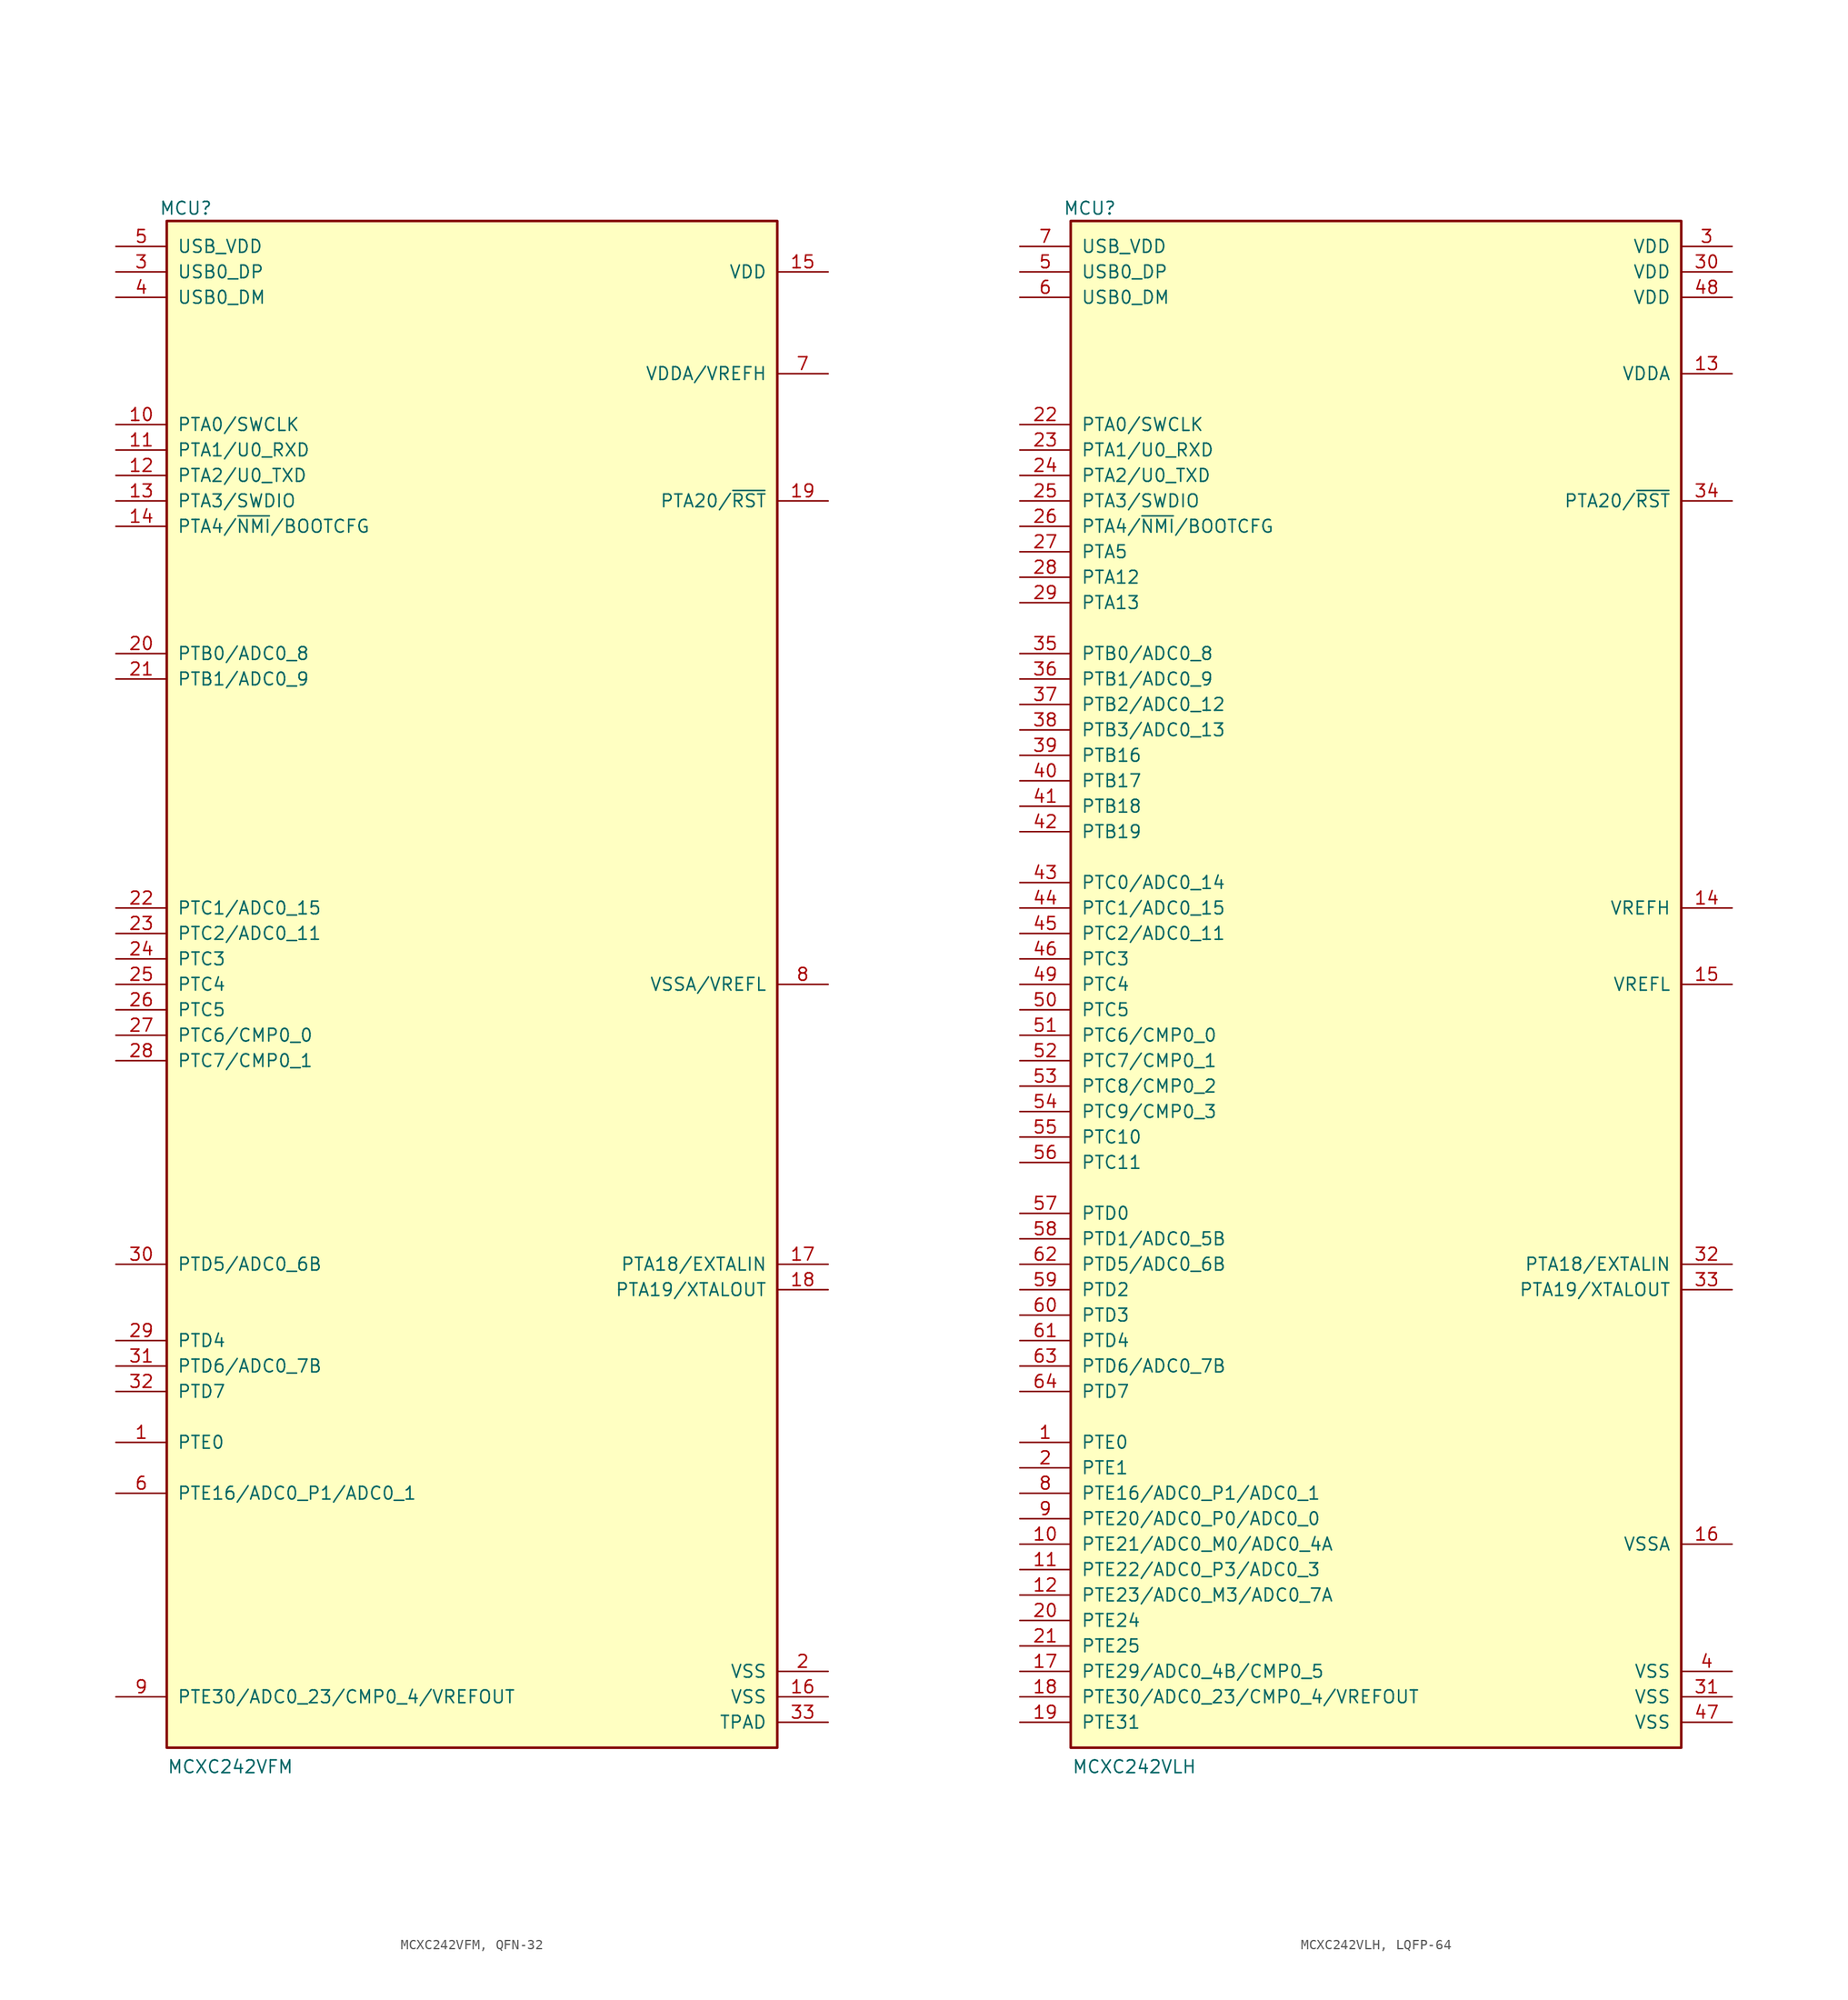
<source format=kicad_sym>
(kicad_symbol_lib
  (version 20241209)
  (generator "kicad_symbol_editor")
  (generator_version "9.0")
  (symbol "MCXC242VFM, QFN-32"
    (pin_names
      (offset 1.016))
    (property "Reference" "MCU"
      (at -28.575 77.47 0)
      (effects (font (size 1.27 1.27))))
    (property "Value" "MCXC242VFM"
      (at -24.13 -78.105 0)
      (effects (font (size 1.27 1.27))))
    (symbol "MCXC242VFM, QFN-32_0_1"
      (rectangle (start -30.48 76.2) (end 30.48 -76.2) (stroke (width 0.254) (type default)) (fill (type background))))
    (symbol "MCXC242VFM, QFN-32_1_0"
      (pin bidirectional line (at -35.56 33.02 0) (length 5.08) (name "PTB0/ADC0_8" (effects (font (size 1.27 1.27)))) (number "20" (effects (font (size 1.27 1.27)))))
      (pin bidirectional line (at -35.56 30.48 0) (length 5.08) (name "PTB1/ADC0_9" (effects (font (size 1.27 1.27)))) (number "21" (effects (font (size 1.27 1.27)))))
      (pin bidirectional line (at -35.56 7.62 0) (length 5.08) (name "PTC1/ADC0_15" (effects (font (size 1.27 1.27)))) (number "22" (effects (font (size 1.27 1.27)))))
      (pin bidirectional line (at -35.56 5.08 0) (length 5.08) (name "PTC2/ADC0_11" (effects (font (size 1.27 1.27)))) (number "23" (effects (font (size 1.27 1.27)))))
      (pin bidirectional line (at -35.56 2.54 0) (length 5.08) (name "PTC3" (effects (font (size 1.27 1.27)))) (number "24" (effects (font (size 1.27 1.27)))))
      (pin bidirectional line (at -35.56 0 0) (length 5.08) (name "PTC4" (effects (font (size 1.27 1.27)))) (number "25" (effects (font (size 1.27 1.27)))))
      (pin bidirectional line (at -35.56 -2.54 0) (length 5.08) (name "PTC5" (effects (font (size 1.27 1.27)))) (number "26" (effects (font (size 1.27 1.27)))))
      (pin bidirectional line (at -35.56 -5.08 0) (length 5.08) (name "PTC6/CMP0_0" (effects (font (size 1.27 1.27)))) (number "27" (effects (font (size 1.27 1.27)))))
      (pin bidirectional line (at -35.56 -7.62 0) (length 5.08) (name "PTC7/CMP0_1" (effects (font (size 1.27 1.27)))) (number "28" (effects (font (size 1.27 1.27)))))
      (pin bidirectional line (at -35.56 -27.94 0) (length 5.08) (name "PTD5/ADC0_6B" (effects (font (size 1.27 1.27)))) (number "30" (effects (font (size 1.27 1.27)))))
      (pin bidirectional line (at -35.56 -35.56 0) (length 5.08) (name "PTD4" (effects (font (size 1.27 1.27)))) (number "29" (effects (font (size 1.27 1.27)))))
      (pin bidirectional line (at -35.56 -38.1 0) (length 5.08) (name "PTD6/ADC0_7B" (effects (font (size 1.27 1.27)))) (number "31" (effects (font (size 1.27 1.27)))))
      (pin bidirectional line (at -35.56 -40.64 0) (length 5.08) (name "PTD7" (effects (font (size 1.27 1.27)))) (number "32" (effects (font (size 1.27 1.27))))))
    (symbol "MCXC242VFM, QFN-32_1_1"
      (pin power_in line (at -35.56 73.66 0) (length 5.08) (name "USB_VDD" (effects (font (size 1.27 1.27)))) (number "5" (effects (font (size 1.27 1.27)))))
      (pin passive line (at -35.56 71.12 0) (length 5.08) (name "USB0_DP" (effects (font (size 1.27 1.27)))) (number "3" (effects (font (size 1.27 1.27)))))
      (pin passive line (at -35.56 68.58 0) (length 5.08) (name "USB0_DM" (effects (font (size 1.27 1.27)))) (number "4" (effects (font (size 1.27 1.27)))))
      (pin bidirectional line (at -35.56 55.88 0) (length 5.08) (name "PTA0/SWCLK" (effects (font (size 1.27 1.27)))) (number "10" (effects (font (size 1.27 1.27)))))
      (pin bidirectional line (at -35.56 53.34 0) (length 5.08) (name "PTA1/U0_RXD" (effects (font (size 1.27 1.27)))) (number "11" (effects (font (size 1.27 1.27)))))
      (pin bidirectional line (at -35.56 50.8 0) (length 5.08) (name "PTA2/U0_TXD" (effects (font (size 1.27 1.27)))) (number "12" (effects (font (size 1.27 1.27)))))
      (pin bidirectional line (at -35.56 48.26 0) (length 5.08) (name "PTA3/SWDIO" (effects (font (size 1.27 1.27)))) (number "13" (effects (font (size 1.27 1.27)))))
      (pin bidirectional line (at -35.56 45.72 0) (length 5.08) (name "PTA4/~{NMI}/BOOTCFG" (effects (font (size 1.27 1.27)))) (number "14" (effects (font (size 1.27 1.27)))))
      (pin bidirectional line (at -35.56 -45.72 0) (length 5.08) (name "PTE0" (effects (font (size 1.27 1.27)))) (number "1" (effects (font (size 1.27 1.27)))))
      (pin bidirectional line (at -35.56 -50.8 0) (length 5.08) (name "PTE16/ADC0_P1/ADC0_1" (effects (font (size 1.27 1.27)))) (number "6" (effects (font (size 1.27 1.27)))))
      (pin bidirectional line (at -35.56 -71.12 0) (length 5.08) (name "PTE30/ADC0_23/CMP0_4/VREFOUT" (effects (font (size 1.27 1.27)))) (number "9" (effects (font (size 1.27 1.27)))))
      (pin power_in line (at 35.56 71.12 180) (length 5.08) (name "VDD" (effects (font (size 1.27 1.27)))) (number "15" (effects (font (size 1.27 1.27)))))
      (pin power_in line (at 35.56 60.96 180) (length 5.08) (name "VDDA/VREFH" (effects (font (size 1.27 1.27)))) (number "7" (effects (font (size 1.27 1.27)))))
      (pin bidirectional line (at 35.56 48.26 180) (length 5.08) (name "PTA20/~{RST}" (effects (font (size 1.27 1.27)))) (number "19" (effects (font (size 1.27 1.27)))))
      (pin passive line (at 35.56 0 180) (length 5.08) (name "VSSA/VREFL" (effects (font (size 1.27 1.27)))) (number "8" (effects (font (size 1.27 1.27)))))
      (pin passive line (at 35.56 -27.94 180) (length 5.08) (name "PTA18/EXTALIN" (effects (font (size 1.27 1.27)))) (number "17" (effects (font (size 1.27 1.27)))))
      (pin passive line (at 35.56 -30.48 180) (length 5.08) (name "PTA19/XTALOUT" (effects (font (size 1.27 1.27)))) (number "18" (effects (font (size 1.27 1.27)))))
      (pin power_in line (at 35.56 -68.58 180) (length 5.08) (name "VSS" (effects (font (size 1.27 1.27)))) (number "2" (effects (font (size 1.27 1.27)))))
      (pin power_in line (at 35.56 -71.12 180) (length 5.08) (name "VSS" (effects (font (size 1.27 1.27)))) (number "16" (effects (font (size 1.27 1.27)))))
      (pin passive line (at 35.56 -73.66 180) (length 5.08) (name "TPAD" (effects (font (size 1.27 1.27)))) (number "33" (effects (font (size 1.27 1.27)))))))
  (symbol "MCXC242VLH, LQFP-64"
    (pin_names
      (offset 1.016))
    (property "Reference" "MCU"
      (at -28.575 77.47 0)
      (effects (font (size 1.27 1.27))))
    (property "Value" "MCXC242VLH"
      (at -24.13 -78.105 0)
      (effects (font (size 1.27 1.27))))
    (symbol "MCXC242VLH, LQFP-64_0_1"
      (rectangle (start -30.48 76.2) (end 30.48 -76.2) (stroke (width 0.254) (type default)) (fill (type background))))
    (symbol "MCXC242VLH, LQFP-64_1_0"
      (pin bidirectional line (at -35.56 33.02 0) (length 5.08) (name "PTB0/ADC0_8" (effects (font (size 1.27 1.27)))) (number "35" (effects (font (size 1.27 1.27)))))
      (pin bidirectional line (at -35.56 30.48 0) (length 5.08) (name "PTB1/ADC0_9" (effects (font (size 1.27 1.27)))) (number "36" (effects (font (size 1.27 1.27)))))
      (pin bidirectional line (at -35.56 27.94 0) (length 5.08) (name "PTB2/ADC0_12" (effects (font (size 1.27 1.27)))) (number "37" (effects (font (size 1.27 1.27)))))
      (pin bidirectional line (at -35.56 25.4 0) (length 5.08) (name "PTB3/ADC0_13" (effects (font (size 1.27 1.27)))) (number "38" (effects (font (size 1.27 1.27)))))
      (pin bidirectional line (at -35.56 22.86 0) (length 5.08) (name "PTB16" (effects (font (size 1.27 1.27)))) (number "39" (effects (font (size 1.27 1.27)))))
      (pin bidirectional line (at -35.56 20.32 0) (length 5.08) (name "PTB17" (effects (font (size 1.27 1.27)))) (number "40" (effects (font (size 1.27 1.27)))))
      (pin bidirectional line (at -35.56 17.78 0) (length 5.08) (name "PTB18" (effects (font (size 1.27 1.27)))) (number "41" (effects (font (size 1.27 1.27)))))
      (pin bidirectional line (at -35.56 15.24 0) (length 5.08) (name "PTB19" (effects (font (size 1.27 1.27)))) (number "42" (effects (font (size 1.27 1.27)))))
      (pin bidirectional line (at -35.56 10.16 0) (length 5.08) (name "PTC0/ADC0_14" (effects (font (size 1.27 1.27)))) (number "43" (effects (font (size 1.27 1.27)))))
      (pin bidirectional line (at -35.56 7.62 0) (length 5.08) (name "PTC1/ADC0_15" (effects (font (size 1.27 1.27)))) (number "44" (effects (font (size 1.27 1.27)))))
      (pin bidirectional line (at -35.56 5.08 0) (length 5.08) (name "PTC2/ADC0_11" (effects (font (size 1.27 1.27)))) (number "45" (effects (font (size 1.27 1.27)))))
      (pin bidirectional line (at -35.56 2.54 0) (length 5.08) (name "PTC3" (effects (font (size 1.27 1.27)))) (number "46" (effects (font (size 1.27 1.27)))))
      (pin bidirectional line (at -35.56 0 0) (length 5.08) (name "PTC4" (effects (font (size 1.27 1.27)))) (number "49" (effects (font (size 1.27 1.27)))))
      (pin bidirectional line (at -35.56 -2.54 0) (length 5.08) (name "PTC5" (effects (font (size 1.27 1.27)))) (number "50" (effects (font (size 1.27 1.27)))))
      (pin bidirectional line (at -35.56 -5.08 0) (length 5.08) (name "PTC6/CMP0_0" (effects (font (size 1.27 1.27)))) (number "51" (effects (font (size 1.27 1.27)))))
      (pin bidirectional line (at -35.56 -7.62 0) (length 5.08) (name "PTC7/CMP0_1" (effects (font (size 1.27 1.27)))) (number "52" (effects (font (size 1.27 1.27)))))
      (pin bidirectional line (at -35.56 -10.16 0) (length 5.08) (name "PTC8/CMP0_2" (effects (font (size 1.27 1.27)))) (number "53" (effects (font (size 1.27 1.27)))))
      (pin bidirectional line (at -35.56 -12.7 0) (length 5.08) (name "PTC9/CMP0_3" (effects (font (size 1.27 1.27)))) (number "54" (effects (font (size 1.27 1.27)))))
      (pin bidirectional line (at -35.56 -15.24 0) (length 5.08) (name "PTC10" (effects (font (size 1.27 1.27)))) (number "55" (effects (font (size 1.27 1.27)))))
      (pin bidirectional line (at -35.56 -17.78 0) (length 5.08) (name "PTC11" (effects (font (size 1.27 1.27)))) (number "56" (effects (font (size 1.27 1.27)))))
      (pin bidirectional line (at -35.56 -22.86 0) (length 5.08) (name "PTD0" (effects (font (size 1.27 1.27)))) (number "57" (effects (font (size 1.27 1.27)))))
      (pin bidirectional line (at -35.56 -25.4 0) (length 5.08) (name "PTD1/ADC0_5B" (effects (font (size 1.27 1.27)))) (number "58" (effects (font (size 1.27 1.27)))))
      (pin bidirectional line (at -35.56 -27.94 0) (length 5.08) (name "PTD5/ADC0_6B" (effects (font (size 1.27 1.27)))) (number "62" (effects (font (size 1.27 1.27)))))
      (pin bidirectional line (at -35.56 -30.48 0) (length 5.08) (name "PTD2" (effects (font (size 1.27 1.27)))) (number "59" (effects (font (size 1.27 1.27)))))
      (pin bidirectional line (at -35.56 -33.02 0) (length 5.08) (name "PTD3" (effects (font (size 1.27 1.27)))) (number "60" (effects (font (size 1.27 1.27)))))
      (pin bidirectional line (at -35.56 -35.56 0) (length 5.08) (name "PTD4" (effects (font (size 1.27 1.27)))) (number "61" (effects (font (size 1.27 1.27)))))
      (pin bidirectional line (at -35.56 -38.1 0) (length 5.08) (name "PTD6/ADC0_7B" (effects (font (size 1.27 1.27)))) (number "63" (effects (font (size 1.27 1.27)))))
      (pin bidirectional line (at -35.56 -40.64 0) (length 5.08) (name "PTD7" (effects (font (size 1.27 1.27)))) (number "64" (effects (font (size 1.27 1.27)))))
      (pin bidirectional line (at -35.56 -73.66 0) (length 5.08) (name "PTE31" (effects (font (size 1.27 1.27)))) (number "19" (effects (font (size 1.27 1.27)))))
      (pin power_in line (at 35.56 68.58 180) (length 5.08) (name "VDD" (effects (font (size 1.27 1.27)))) (number "48" (effects (font (size 1.27 1.27)))))
      (pin power_in line (at 35.56 -73.66 180) (length 5.08) (name "VSS" (effects (font (size 1.27 1.27)))) (number "47" (effects (font (size 1.27 1.27))))))
    (symbol "MCXC242VLH, LQFP-64_1_1"
      (pin power_in line (at -35.56 73.66 0) (length 5.08) (name "USB_VDD" (effects (font (size 1.27 1.27)))) (number "7" (effects (font (size 1.27 1.27)))))
      (pin passive line (at -35.56 71.12 0) (length 5.08) (name "USB0_DP" (effects (font (size 1.27 1.27)))) (number "5" (effects (font (size 1.27 1.27)))))
      (pin passive line (at -35.56 68.58 0) (length 5.08) (name "USB0_DM" (effects (font (size 1.27 1.27)))) (number "6" (effects (font (size 1.27 1.27)))))
      (pin bidirectional line (at -35.56 55.88 0) (length 5.08) (name "PTA0/SWCLK" (effects (font (size 1.27 1.27)))) (number "22" (effects (font (size 1.27 1.27)))))
      (pin bidirectional line (at -35.56 53.34 0) (length 5.08) (name "PTA1/U0_RXD" (effects (font (size 1.27 1.27)))) (number "23" (effects (font (size 1.27 1.27)))))
      (pin bidirectional line (at -35.56 50.8 0) (length 5.08) (name "PTA2/U0_TXD" (effects (font (size 1.27 1.27)))) (number "24" (effects (font (size 1.27 1.27)))))
      (pin bidirectional line (at -35.56 48.26 0) (length 5.08) (name "PTA3/SWDIO" (effects (font (size 1.27 1.27)))) (number "25" (effects (font (size 1.27 1.27)))))
      (pin bidirectional line (at -35.56 45.72 0) (length 5.08) (name "PTA4/~{NMI}/BOOTCFG" (effects (font (size 1.27 1.27)))) (number "26" (effects (font (size 1.27 1.27)))))
      (pin bidirectional line (at -35.56 43.18 0) (length 5.08) (name "PTA5" (effects (font (size 1.27 1.27)))) (number "27" (effects (font (size 1.27 1.27)))))
      (pin bidirectional line (at -35.56 40.64 0) (length 5.08) (name "PTA12" (effects (font (size 1.27 1.27)))) (number "28" (effects (font (size 1.27 1.27)))))
      (pin bidirectional line (at -35.56 38.1 0) (length 5.08) (name "PTA13" (effects (font (size 1.27 1.27)))) (number "29" (effects (font (size 1.27 1.27)))))
      (pin bidirectional line (at -35.56 -45.72 0) (length 5.08) (name "PTE0" (effects (font (size 1.27 1.27)))) (number "1" (effects (font (size 1.27 1.27)))))
      (pin bidirectional line (at -35.56 -48.26 0) (length 5.08) (name "PTE1" (effects (font (size 1.27 1.27)))) (number "2" (effects (font (size 1.27 1.27)))))
      (pin bidirectional line (at -35.56 -50.8 0) (length 5.08) (name "PTE16/ADC0_P1/ADC0_1" (effects (font (size 1.27 1.27)))) (number "8" (effects (font (size 1.27 1.27)))))
      (pin bidirectional line (at -35.56 -53.34 0) (length 5.08) (name "PTE20/ADC0_P0/ADC0_0" (effects (font (size 1.27 1.27)))) (number "9" (effects (font (size 1.27 1.27)))))
      (pin bidirectional line (at -35.56 -55.88 0) (length 5.08) (name "PTE21/ADC0_M0/ADC0_4A" (effects (font (size 1.27 1.27)))) (number "10" (effects (font (size 1.27 1.27)))))
      (pin bidirectional line (at -35.56 -58.42 0) (length 5.08) (name "PTE22/ADC0_P3/ADC0_3" (effects (font (size 1.27 1.27)))) (number "11" (effects (font (size 1.27 1.27)))))
      (pin bidirectional line (at -35.56 -60.96 0) (length 5.08) (name "PTE23/ADC0_M3/ADC0_7A" (effects (font (size 1.27 1.27)))) (number "12" (effects (font (size 1.27 1.27)))))
      (pin bidirectional line (at -35.56 -63.5 0) (length 5.08) (name "PTE24" (effects (font (size 1.27 1.27)))) (number "20" (effects (font (size 1.27 1.27)))))
      (pin bidirectional line (at -35.56 -66.04 0) (length 5.08) (name "PTE25" (effects (font (size 1.27 1.27)))) (number "21" (effects (font (size 1.27 1.27)))))
      (pin bidirectional line (at -35.56 -68.58 0) (length 5.08) (name "PTE29/ADC0_4B/CMP0_5" (effects (font (size 1.27 1.27)))) (number "17" (effects (font (size 1.27 1.27)))))
      (pin bidirectional line (at -35.56 -71.12 0) (length 5.08) (name "PTE30/ADC0_23/CMP0_4/VREFOUT" (effects (font (size 1.27 1.27)))) (number "18" (effects (font (size 1.27 1.27)))))
      (pin power_in line (at 35.56 73.66 180) (length 5.08) (name "VDD" (effects (font (size 1.27 1.27)))) (number "3" (effects (font (size 1.27 1.27)))))
      (pin power_in line (at 35.56 71.12 180) (length 5.08) (name "VDD" (effects (font (size 1.27 1.27)))) (number "30" (effects (font (size 1.27 1.27)))))
      (pin power_in line (at 35.56 60.96 180) (length 5.08) (name "VDDA" (effects (font (size 1.27 1.27)))) (number "13" (effects (font (size 1.27 1.27)))))
      (pin bidirectional line (at 35.56 48.26 180) (length 5.08) (name "PTA20/~{RST}" (effects (font (size 1.27 1.27)))) (number "34" (effects (font (size 1.27 1.27)))))
      (pin passive line (at 35.56 7.62 180) (length 5.08) (name "VREFH" (effects (font (size 1.27 1.27)))) (number "14" (effects (font (size 1.27 1.27)))))
      (pin passive line (at 35.56 0 180) (length 5.08) (name "VREFL" (effects (font (size 1.27 1.27)))) (number "15" (effects (font (size 1.27 1.27)))))
      (pin passive line (at 35.56 -27.94 180) (length 5.08) (name "PTA18/EXTALIN" (effects (font (size 1.27 1.27)))) (number "32" (effects (font (size 1.27 1.27)))))
      (pin passive line (at 35.56 -30.48 180) (length 5.08) (name "PTA19/XTALOUT" (effects (font (size 1.27 1.27)))) (number "33" (effects (font (size 1.27 1.27)))))
      (pin power_in line (at 35.56 -55.88 180) (length 5.08) (name "VSSA" (effects (font (size 1.27 1.27)))) (number "16" (effects (font (size 1.27 1.27)))))
      (pin power_in line (at 35.56 -68.58 180) (length 5.08) (name "VSS" (effects (font (size 1.27 1.27)))) (number "4" (effects (font (size 1.27 1.27)))))
      (pin power_in line (at 35.56 -71.12 180) (length 5.08) (name "VSS" (effects (font (size 1.27 1.27)))) (number "31" (effects (font (size 1.27 1.27))))))))
</source>
